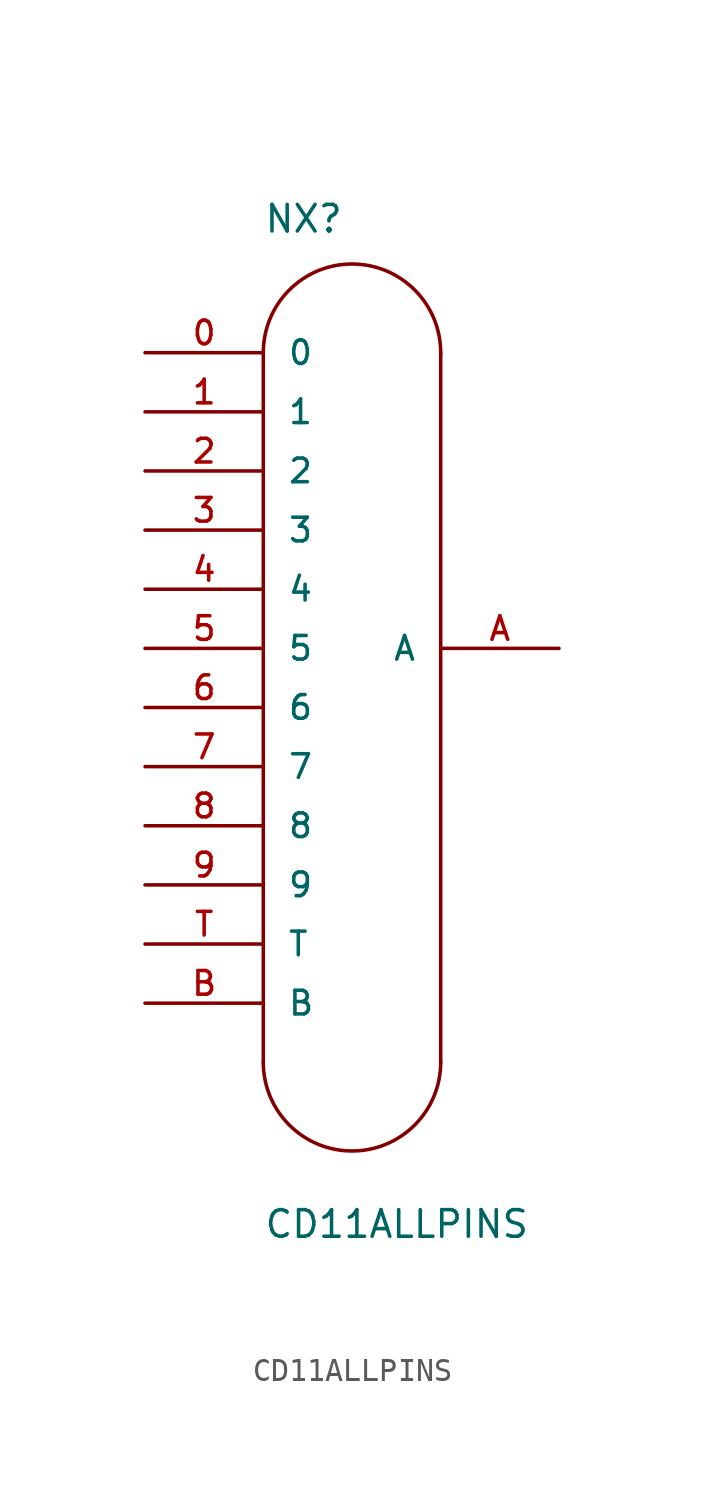
<source format=kicad_sym>
(kicad_symbol_lib
  (version 20220914)
  (generator kicad_symbol_editor)
  (symbol "CD11ALLPINS"
    (pin_names
      (offset 1.016))
    (property "Reference" "NX"
      (at -22.86 12.7 0)
      (effects (font (size 1.143 1.143)) (justify left bottom)))
    (property "Value" "CD11ALLPINS"
      (at -22.86 -30.48 0)
      (effects (font (size 1.143 1.143)) (justify left bottom)))
    (property "ki_locked" ""
      (at 0 0 0)
      (effects (font (size 1.27 1.27))))
    (symbol "CD11ALLPINS_1_0"
      (polyline (pts (xy -22.86 7.62) (xy -22.86 -22.86)) (stroke (width 0) (type solid)) (fill (type none)))
      (polyline (pts (xy -15.24 7.62) (xy -15.24 -22.86)) (stroke (width 0) (type solid)) (fill (type none))))
    (symbol "CD11ALLPINS_1_1"
      (arc (start -22.86 -22.86) (mid -19.05 -26.6534) (end -15.24 -22.86) (stroke (width 0) (type solid)) (fill (type none)))
      (arc (start -15.24 7.62) (mid -19.05 11.4134) (end -22.86 7.62) (stroke (width 0) (type solid)) (fill (type none)))
      (pin passive line (at -27.94 7.62 0) (length 5.08) (name "0" (effects (font (size 1.016 1.016)))) (number "0" (effects (font (size 1.016 1.016)))))
      (pin passive line (at -27.94 5.08 0) (length 5.08) (name "1" (effects (font (size 1.016 1.016)))) (number "1" (effects (font (size 1.016 1.016)))))
      (pin passive line (at -27.94 2.54 0) (length 5.08) (name "2" (effects (font (size 1.016 1.016)))) (number "2" (effects (font (size 1.016 1.016)))))
      (pin passive line (at -27.94 0 0) (length 5.08) (name "3" (effects (font (size 1.016 1.016)))) (number "3" (effects (font (size 1.016 1.016)))))
      (pin passive line (at -27.94 -2.54 0) (length 5.08) (name "4" (effects (font (size 1.016 1.016)))) (number "4" (effects (font (size 1.016 1.016)))))
      (pin passive line (at -27.94 -5.08 0) (length 5.08) (name "5" (effects (font (size 1.016 1.016)))) (number "5" (effects (font (size 1.016 1.016)))))
      (pin passive line (at -27.94 -7.62 0) (length 5.08) (name "6" (effects (font (size 1.016 1.016)))) (number "6" (effects (font (size 1.016 1.016)))))
      (pin passive line (at -27.94 -10.16 0) (length 5.08) (name "7" (effects (font (size 1.016 1.016)))) (number "7" (effects (font (size 1.016 1.016)))))
      (pin passive line (at -27.94 -12.7 0) (length 5.08) (name "8" (effects (font (size 1.016 1.016)))) (number "8" (effects (font (size 1.016 1.016)))))
      (pin passive line (at -27.94 -15.24 0) (length 5.08) (name "9" (effects (font (size 1.016 1.016)))) (number "9" (effects (font (size 1.016 1.016)))))
      (pin passive line (at -10.16 -5.08 180) (length 5.08) (name "A" (effects (font (size 1.016 1.016)))) (number "A" (effects (font (size 1.016 1.016)))))
      (pin passive line (at -27.94 -20.32 0) (length 5.08) (name "B" (effects (font (size 1.016 1.016)))) (number "B" (effects (font (size 1.016 1.016)))))
      (pin passive line (at -27.94 -17.78 0) (length 5.08) (name "T" (effects (font (size 1.016 1.016)))) (number "T" (effects (font (size 1.016 1.016))))))))
</source>
